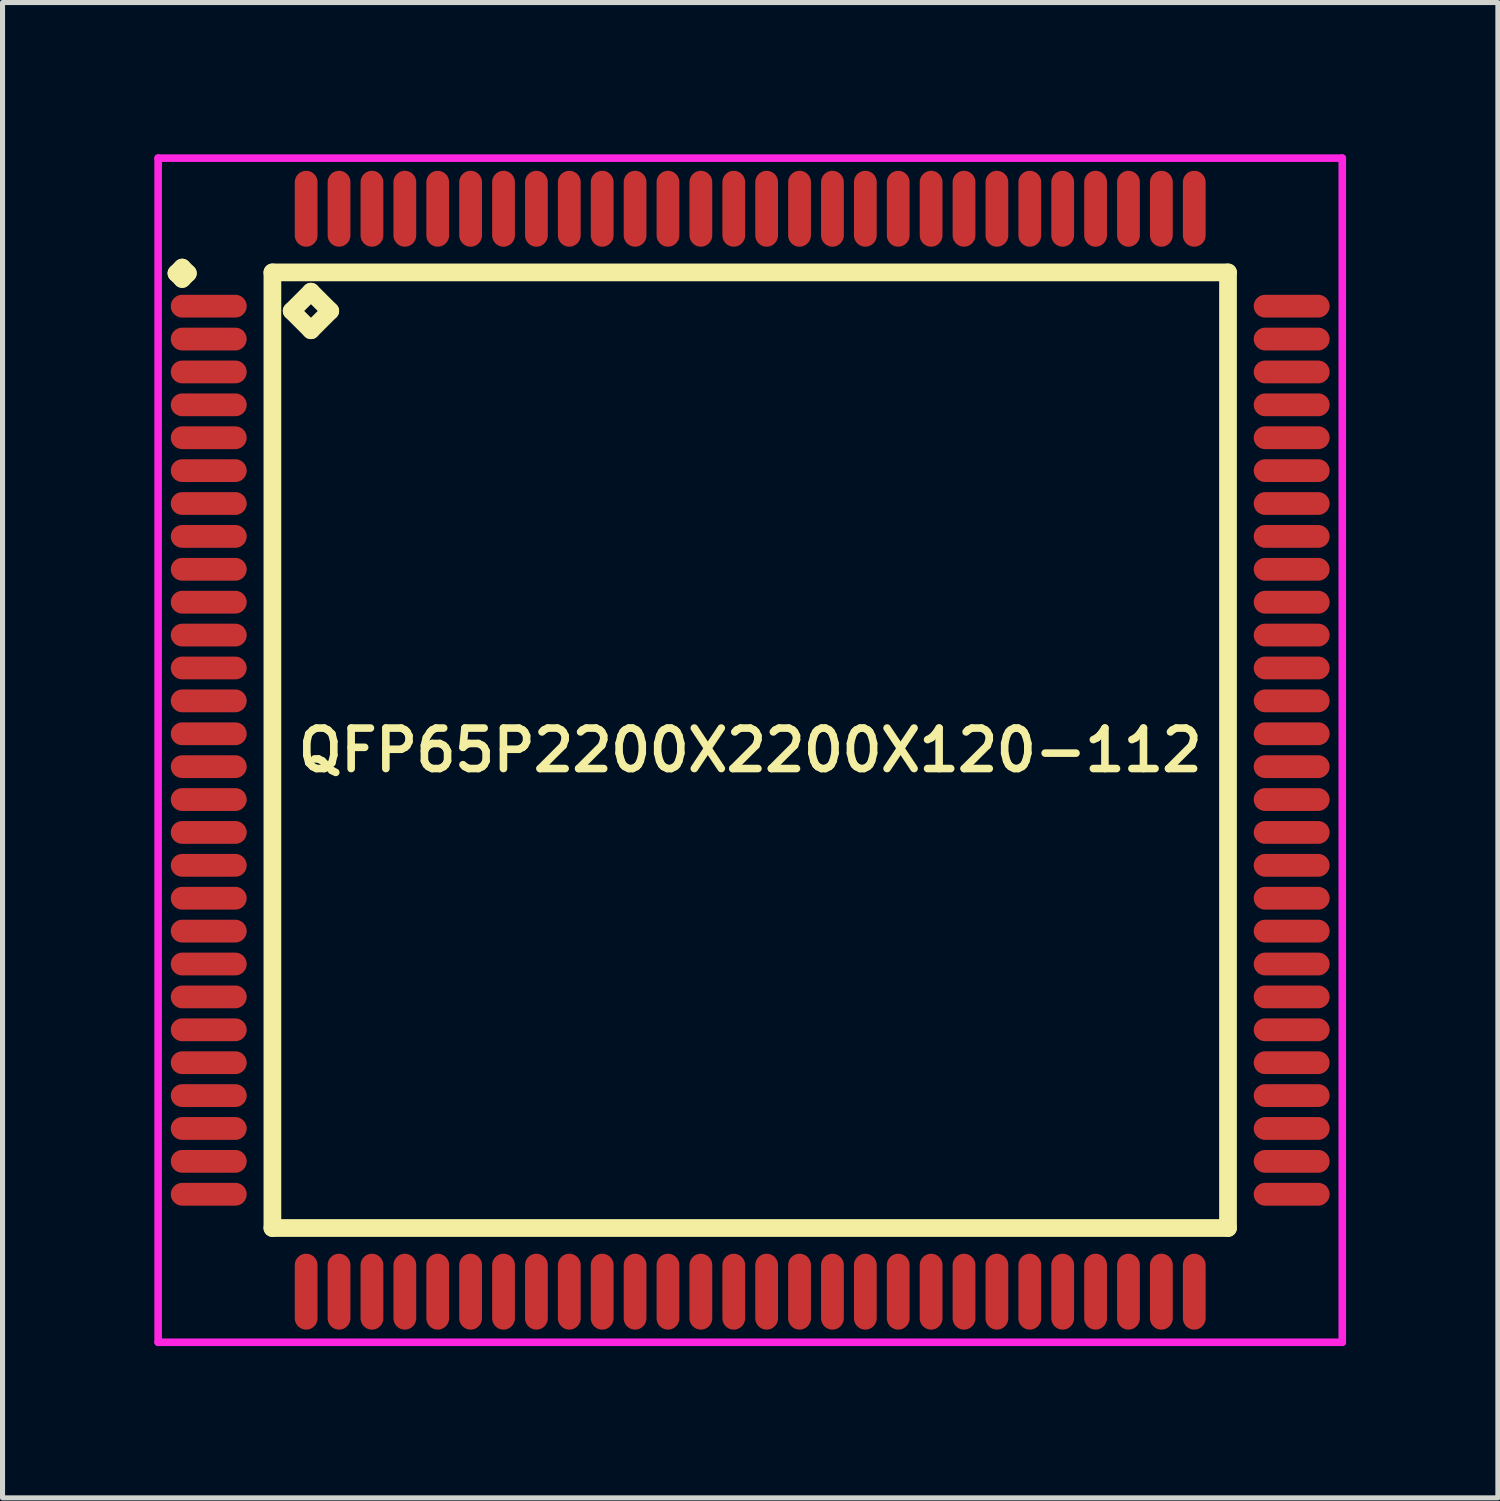
<source format=kicad_pcb>
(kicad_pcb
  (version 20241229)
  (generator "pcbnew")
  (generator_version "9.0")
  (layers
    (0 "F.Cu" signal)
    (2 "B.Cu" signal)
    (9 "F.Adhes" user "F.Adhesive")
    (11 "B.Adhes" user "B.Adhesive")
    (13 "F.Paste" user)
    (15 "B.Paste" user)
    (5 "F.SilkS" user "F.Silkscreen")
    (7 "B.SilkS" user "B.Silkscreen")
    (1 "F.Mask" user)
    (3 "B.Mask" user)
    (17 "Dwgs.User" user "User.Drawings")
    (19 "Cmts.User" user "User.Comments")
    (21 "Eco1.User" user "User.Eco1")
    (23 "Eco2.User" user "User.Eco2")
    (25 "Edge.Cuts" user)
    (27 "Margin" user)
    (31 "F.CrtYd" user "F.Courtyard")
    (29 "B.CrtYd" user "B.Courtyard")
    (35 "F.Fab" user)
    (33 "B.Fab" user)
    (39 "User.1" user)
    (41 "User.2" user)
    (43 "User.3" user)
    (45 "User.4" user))
  (footprint "QFP65P2200X2200X120-112"
    (layer "F.Cu")
    (at 11.775 11.775)
    (property "Reference" "QFP65P2200X2200X120-112" (at 0 0 0) (layer "F.SilkS") (effects (font (size 0.8 0.8) (thickness 0.15))))
    (attr smd)
    (fp_line (start -11.338 -9.425) (end -11.225 -9.537) (stroke (width 0.35) (type solid)) (layer "F.SilkS"))
    (fp_line (start -11.225 -9.537) (end -11.113 -9.425) (stroke (width 0.35) (type solid)) (layer "F.SilkS"))
    (fp_line (start -11.225 -9.312) (end -11.338 -9.425) (stroke (width 0.35) (type solid)) (layer "F.SilkS"))
    (fp_line (start -11.113 -9.425) (end -11.225 -9.312) (stroke (width 0.35) (type solid)) (layer "F.SilkS"))
    (fp_line (start -9.442 -9.442) (end -9.442 9.442) (stroke (width 0.35) (type solid)) (layer "F.SilkS"))
    (fp_line (start -9.442 9.442) (end 9.442 9.442) (stroke (width 0.35) (type solid)) (layer "F.SilkS"))
    (fp_line (start -9.061 -8.68) (end -8.68 -9.061) (stroke (width 0.35) (type solid)) (layer "F.SilkS"))
    (fp_line (start -8.68 -9.061) (end -8.299 -8.68) (stroke (width 0.35) (type solid)) (layer "F.SilkS"))
    (fp_line (start -8.68 -8.299) (end -9.061 -8.68) (stroke (width 0.35) (type solid)) (layer "F.SilkS"))
    (fp_line (start -8.299 -8.68) (end -8.68 -8.299) (stroke (width 0.35) (type solid)) (layer "F.SilkS"))
    (fp_line (start 9.442 -9.442) (end -9.442 -9.442) (stroke (width 0.35) (type solid)) (layer "F.SilkS"))
    (fp_line (start 9.442 9.442) (end 9.442 -9.442) (stroke (width 0.35) (type solid)) (layer "F.SilkS"))
    (fp_line (start -11.7 -11.7) (end 11.7 -11.7) (stroke (width 0.15) (type solid)) (layer "F.CrtYd"))
    (fp_line (start -11.7 11.7) (end -11.7 -11.7) (stroke (width 0.15) (type solid)) (layer "F.CrtYd"))
    (fp_line (start 11.7 -11.7) (end 11.7 11.7) (stroke (width 0.15) (type solid)) (layer "F.CrtYd"))
    (fp_line (start 11.7 11.7) (end -11.7 11.7) (stroke (width 0.15) (type solid)) (layer "F.CrtYd"))
    (pad "1" smd oval (at -10.7 -8.775) (size 1.5 0.45) (layers "F.Cu" "F.Mask" "F.Paste"))
    (pad "2" smd oval (at -10.7 -8.125) (size 1.5 0.45) (layers "F.Cu" "F.Mask" "F.Paste"))
    (pad "3" smd oval (at -10.7 -7.475) (size 1.5 0.45) (layers "F.Cu" "F.Mask" "F.Paste"))
    (pad "4" smd oval (at -10.7 -6.825) (size 1.5 0.45) (layers "F.Cu" "F.Mask" "F.Paste"))
    (pad "5" smd oval (at -10.7 -6.175) (size 1.5 0.45) (layers "F.Cu" "F.Mask" "F.Paste"))
    (pad "6" smd oval (at -10.7 -5.525) (size 1.5 0.45) (layers "F.Cu" "F.Mask" "F.Paste"))
    (pad "7" smd oval (at -10.7 -4.875) (size 1.5 0.45) (layers "F.Cu" "F.Mask" "F.Paste"))
    (pad "8" smd oval (at -10.7 -4.225) (size 1.5 0.45) (layers "F.Cu" "F.Mask" "F.Paste"))
    (pad "9" smd oval (at -10.7 -3.575) (size 1.5 0.45) (layers "F.Cu" "F.Mask" "F.Paste"))
    (pad "10" smd oval (at -10.7 -2.925) (size 1.5 0.45) (layers "F.Cu" "F.Mask" "F.Paste"))
    (pad "11" smd oval (at -10.7 -2.275) (size 1.5 0.45) (layers "F.Cu" "F.Mask" "F.Paste"))
    (pad "12" smd oval (at -10.7 -1.625) (size 1.5 0.45) (layers "F.Cu" "F.Mask" "F.Paste"))
    (pad "13" smd oval (at -10.7 -0.975) (size 1.5 0.45) (layers "F.Cu" "F.Mask" "F.Paste"))
    (pad "14" smd oval (at -10.7 -0.325) (size 1.5 0.45) (layers "F.Cu" "F.Mask" "F.Paste"))
    (pad "15" smd oval (at -10.7 0.325) (size 1.5 0.45) (layers "F.Cu" "F.Mask" "F.Paste"))
    (pad "16" smd oval (at -10.7 0.975) (size 1.5 0.45) (layers "F.Cu" "F.Mask" "F.Paste"))
    (pad "17" smd oval (at -10.7 1.625) (size 1.5 0.45) (layers "F.Cu" "F.Mask" "F.Paste"))
    (pad "18" smd oval (at -10.7 2.275) (size 1.5 0.45) (layers "F.Cu" "F.Mask" "F.Paste"))
    (pad "19" smd oval (at -10.7 2.925) (size 1.5 0.45) (layers "F.Cu" "F.Mask" "F.Paste"))
    (pad "20" smd oval (at -10.7 3.575) (size 1.5 0.45) (layers "F.Cu" "F.Mask" "F.Paste"))
    (pad "21" smd oval (at -10.7 4.225) (size 1.5 0.45) (layers "F.Cu" "F.Mask" "F.Paste"))
    (pad "22" smd oval (at -10.7 4.875) (size 1.5 0.45) (layers "F.Cu" "F.Mask" "F.Paste"))
    (pad "23" smd oval (at -10.7 5.525) (size 1.5 0.45) (layers "F.Cu" "F.Mask" "F.Paste"))
    (pad "24" smd oval (at -10.7 6.175) (size 1.5 0.45) (layers "F.Cu" "F.Mask" "F.Paste"))
    (pad "25" smd oval (at -10.7 6.825) (size 1.5 0.45) (layers "F.Cu" "F.Mask" "F.Paste"))
    (pad "26" smd oval (at -10.7 7.475) (size 1.5 0.45) (layers "F.Cu" "F.Mask" "F.Paste"))
    (pad "27" smd oval (at -10.7 8.125) (size 1.5 0.45) (layers "F.Cu" "F.Mask" "F.Paste"))
    (pad "28" smd oval (at -10.7 8.775) (size 1.5 0.45) (layers "F.Cu" "F.Mask" "F.Paste"))
    (pad "29" smd oval (at -8.775 10.7) (size 0.45 1.5) (layers "F.Cu" "F.Mask" "F.Paste"))
    (pad "30" smd oval (at -8.125 10.7) (size 0.45 1.5) (layers "F.Cu" "F.Mask" "F.Paste"))
    (pad "31" smd oval (at -7.475 10.7) (size 0.45 1.5) (layers "F.Cu" "F.Mask" "F.Paste"))
    (pad "32" smd oval (at -6.825 10.7) (size 0.45 1.5) (layers "F.Cu" "F.Mask" "F.Paste"))
    (pad "33" smd oval (at -6.175 10.7) (size 0.45 1.5) (layers "F.Cu" "F.Mask" "F.Paste"))
    (pad "34" smd oval (at -5.525 10.7) (size 0.45 1.5) (layers "F.Cu" "F.Mask" "F.Paste"))
    (pad "35" smd oval (at -4.875 10.7) (size 0.45 1.5) (layers "F.Cu" "F.Mask" "F.Paste"))
    (pad "36" smd oval (at -4.225 10.7) (size 0.45 1.5) (layers "F.Cu" "F.Mask" "F.Paste"))
    (pad "37" smd oval (at -3.575 10.7) (size 0.45 1.5) (layers "F.Cu" "F.Mask" "F.Paste"))
    (pad "38" smd oval (at -2.925 10.7) (size 0.45 1.5) (layers "F.Cu" "F.Mask" "F.Paste"))
    (pad "39" smd oval (at -2.275 10.7) (size 0.45 1.5) (layers "F.Cu" "F.Mask" "F.Paste"))
    (pad "40" smd oval (at -1.625 10.7) (size 0.45 1.5) (layers "F.Cu" "F.Mask" "F.Paste"))
    (pad "41" smd oval (at -0.975 10.7) (size 0.45 1.5) (layers "F.Cu" "F.Mask" "F.Paste"))
    (pad "42" smd oval (at -0.325 10.7) (size 0.45 1.5) (layers "F.Cu" "F.Mask" "F.Paste"))
    (pad "43" smd oval (at 0.325 10.7) (size 0.45 1.5) (layers "F.Cu" "F.Mask" "F.Paste"))
    (pad "44" smd oval (at 0.975 10.7) (size 0.45 1.5) (layers "F.Cu" "F.Mask" "F.Paste"))
    (pad "45" smd oval (at 1.625 10.7) (size 0.45 1.5) (layers "F.Cu" "F.Mask" "F.Paste"))
    (pad "46" smd oval (at 2.275 10.7) (size 0.45 1.5) (layers "F.Cu" "F.Mask" "F.Paste"))
    (pad "47" smd oval (at 2.925 10.7) (size 0.45 1.5) (layers "F.Cu" "F.Mask" "F.Paste"))
    (pad "48" smd oval (at 3.575 10.7) (size 0.45 1.5) (layers "F.Cu" "F.Mask" "F.Paste"))
    (pad "49" smd oval (at 4.225 10.7) (size 0.45 1.5) (layers "F.Cu" "F.Mask" "F.Paste"))
    (pad "50" smd oval (at 4.875 10.7) (size 0.45 1.5) (layers "F.Cu" "F.Mask" "F.Paste"))
    (pad "51" smd oval (at 5.525 10.7) (size 0.45 1.5) (layers "F.Cu" "F.Mask" "F.Paste"))
    (pad "52" smd oval (at 6.175 10.7) (size 0.45 1.5) (layers "F.Cu" "F.Mask" "F.Paste"))
    (pad "53" smd oval (at 6.825 10.7) (size 0.45 1.5) (layers "F.Cu" "F.Mask" "F.Paste"))
    (pad "54" smd oval (at 7.475 10.7) (size 0.45 1.5) (layers "F.Cu" "F.Mask" "F.Paste"))
    (pad "55" smd oval (at 8.125 10.7) (size 0.45 1.5) (layers "F.Cu" "F.Mask" "F.Paste"))
    (pad "56" smd oval (at 8.775 10.7) (size 0.45 1.5) (layers "F.Cu" "F.Mask" "F.Paste"))
    (pad "57" smd oval (at 10.7 8.775) (size 1.5 0.45) (layers "F.Cu" "F.Mask" "F.Paste"))
    (pad "58" smd oval (at 10.7 8.125) (size 1.5 0.45) (layers "F.Cu" "F.Mask" "F.Paste"))
    (pad "59" smd oval (at 10.7 7.475) (size 1.5 0.45) (layers "F.Cu" "F.Mask" "F.Paste"))
    (pad "60" smd oval (at 10.7 6.825) (size 1.5 0.45) (layers "F.Cu" "F.Mask" "F.Paste"))
    (pad "61" smd oval (at 10.7 6.175) (size 1.5 0.45) (layers "F.Cu" "F.Mask" "F.Paste"))
    (pad "62" smd oval (at 10.7 5.525) (size 1.5 0.45) (layers "F.Cu" "F.Mask" "F.Paste"))
    (pad "63" smd oval (at 10.7 4.875) (size 1.5 0.45) (layers "F.Cu" "F.Mask" "F.Paste"))
    (pad "64" smd oval (at 10.7 4.225) (size 1.5 0.45) (layers "F.Cu" "F.Mask" "F.Paste"))
    (pad "65" smd oval (at 10.7 3.575) (size 1.5 0.45) (layers "F.Cu" "F.Mask" "F.Paste"))
    (pad "66" smd oval (at 10.7 2.925) (size 1.5 0.45) (layers "F.Cu" "F.Mask" "F.Paste"))
    (pad "67" smd oval (at 10.7 2.275) (size 1.5 0.45) (layers "F.Cu" "F.Mask" "F.Paste"))
    (pad "68" smd oval (at 10.7 1.625) (size 1.5 0.45) (layers "F.Cu" "F.Mask" "F.Paste"))
    (pad "69" smd oval (at 10.7 0.975) (size 1.5 0.45) (layers "F.Cu" "F.Mask" "F.Paste"))
    (pad "70" smd oval (at 10.7 0.325) (size 1.5 0.45) (layers "F.Cu" "F.Mask" "F.Paste"))
    (pad "71" smd oval (at 10.7 -0.325) (size 1.5 0.45) (layers "F.Cu" "F.Mask" "F.Paste"))
    (pad "72" smd oval (at 10.7 -0.975) (size 1.5 0.45) (layers "F.Cu" "F.Mask" "F.Paste"))
    (pad "73" smd oval (at 10.7 -1.625) (size 1.5 0.45) (layers "F.Cu" "F.Mask" "F.Paste"))
    (pad "74" smd oval (at 10.7 -2.275) (size 1.5 0.45) (layers "F.Cu" "F.Mask" "F.Paste"))
    (pad "75" smd oval (at 10.7 -2.925) (size 1.5 0.45) (layers "F.Cu" "F.Mask" "F.Paste"))
    (pad "76" smd oval (at 10.7 -3.575) (size 1.5 0.45) (layers "F.Cu" "F.Mask" "F.Paste"))
    (pad "77" smd oval (at 10.7 -4.225) (size 1.5 0.45) (layers "F.Cu" "F.Mask" "F.Paste"))
    (pad "78" smd oval (at 10.7 -4.875) (size 1.5 0.45) (layers "F.Cu" "F.Mask" "F.Paste"))
    (pad "79" smd oval (at 10.7 -5.525) (size 1.5 0.45) (layers "F.Cu" "F.Mask" "F.Paste"))
    (pad "80" smd oval (at 10.7 -6.175) (size 1.5 0.45) (layers "F.Cu" "F.Mask" "F.Paste"))
    (pad "81" smd oval (at 10.7 -6.825) (size 1.5 0.45) (layers "F.Cu" "F.Mask" "F.Paste"))
    (pad "82" smd oval (at 10.7 -7.475) (size 1.5 0.45) (layers "F.Cu" "F.Mask" "F.Paste"))
    (pad "83" smd oval (at 10.7 -8.125) (size 1.5 0.45) (layers "F.Cu" "F.Mask" "F.Paste"))
    (pad "84" smd oval (at 10.7 -8.775) (size 1.5 0.45) (layers "F.Cu" "F.Mask" "F.Paste"))
    (pad "85" smd oval (at 8.775 -10.7) (size 0.45 1.5) (layers "F.Cu" "F.Mask" "F.Paste"))
    (pad "86" smd oval (at 8.125 -10.7) (size 0.45 1.5) (layers "F.Cu" "F.Mask" "F.Paste"))
    (pad "87" smd oval (at 7.475 -10.7) (size 0.45 1.5) (layers "F.Cu" "F.Mask" "F.Paste"))
    (pad "88" smd oval (at 6.825 -10.7) (size 0.45 1.5) (layers "F.Cu" "F.Mask" "F.Paste"))
    (pad "89" smd oval (at 6.175 -10.7) (size 0.45 1.5) (layers "F.Cu" "F.Mask" "F.Paste"))
    (pad "90" smd oval (at 5.525 -10.7) (size 0.45 1.5) (layers "F.Cu" "F.Mask" "F.Paste"))
    (pad "91" smd oval (at 4.875 -10.7) (size 0.45 1.5) (layers "F.Cu" "F.Mask" "F.Paste"))
    (pad "92" smd oval (at 4.225 -10.7) (size 0.45 1.5) (layers "F.Cu" "F.Mask" "F.Paste"))
    (pad "93" smd oval (at 3.575 -10.7) (size 0.45 1.5) (layers "F.Cu" "F.Mask" "F.Paste"))
    (pad "94" smd oval (at 2.925 -10.7) (size 0.45 1.5) (layers "F.Cu" "F.Mask" "F.Paste"))
    (pad "95" smd oval (at 2.275 -10.7) (size 0.45 1.5) (layers "F.Cu" "F.Mask" "F.Paste"))
    (pad "96" smd oval (at 1.625 -10.7) (size 0.45 1.5) (layers "F.Cu" "F.Mask" "F.Paste"))
    (pad "97" smd oval (at 0.975 -10.7) (size 0.45 1.5) (layers "F.Cu" "F.Mask" "F.Paste"))
    (pad "98" smd oval (at 0.325 -10.7) (size 0.45 1.5) (layers "F.Cu" "F.Mask" "F.Paste"))
    (pad "99" smd oval (at -0.325 -10.7) (size 0.45 1.5) (layers "F.Cu" "F.Mask" "F.Paste"))
    (pad "100" smd oval (at -0.975 -10.7) (size 0.45 1.5) (layers "F.Cu" "F.Mask" "F.Paste"))
    (pad "101" smd oval (at -1.625 -10.7) (size 0.45 1.5) (layers "F.Cu" "F.Mask" "F.Paste"))
    (pad "102" smd oval (at -2.275 -10.7) (size 0.45 1.5) (layers "F.Cu" "F.Mask" "F.Paste"))
    (pad "103" smd oval (at -2.925 -10.7) (size 0.45 1.5) (layers "F.Cu" "F.Mask" "F.Paste"))
    (pad "104" smd oval (at -3.575 -10.7) (size 0.45 1.5) (layers "F.Cu" "F.Mask" "F.Paste"))
    (pad "105" smd oval (at -4.225 -10.7) (size 0.45 1.5) (layers "F.Cu" "F.Mask" "F.Paste"))
    (pad "106" smd oval (at -4.875 -10.7) (size 0.45 1.5) (layers "F.Cu" "F.Mask" "F.Paste"))
    (pad "107" smd oval (at -5.525 -10.7) (size 0.45 1.5) (layers "F.Cu" "F.Mask" "F.Paste"))
    (pad "108" smd oval (at -6.175 -10.7) (size 0.45 1.5) (layers "F.Cu" "F.Mask" "F.Paste"))
    (pad "109" smd oval (at -6.825 -10.7) (size 0.45 1.5) (layers "F.Cu" "F.Mask" "F.Paste"))
    (pad "110" smd oval (at -7.475 -10.7) (size 0.45 1.5) (layers "F.Cu" "F.Mask" "F.Paste"))
    (pad "111" smd oval (at -8.125 -10.7) (size 0.45 1.5) (layers "F.Cu" "F.Mask" "F.Paste"))
    (pad "112" smd oval (at -8.775 -10.7) (size 0.45 1.5) (layers "F.Cu" "F.Mask" "F.Paste")))
  (gr_rect
    (start -3 -3)
    (end 26.55 26.55)
    (stroke (width 0.1) (type default))
    (fill no)
    (layer "Edge.Cuts")))
</source>
